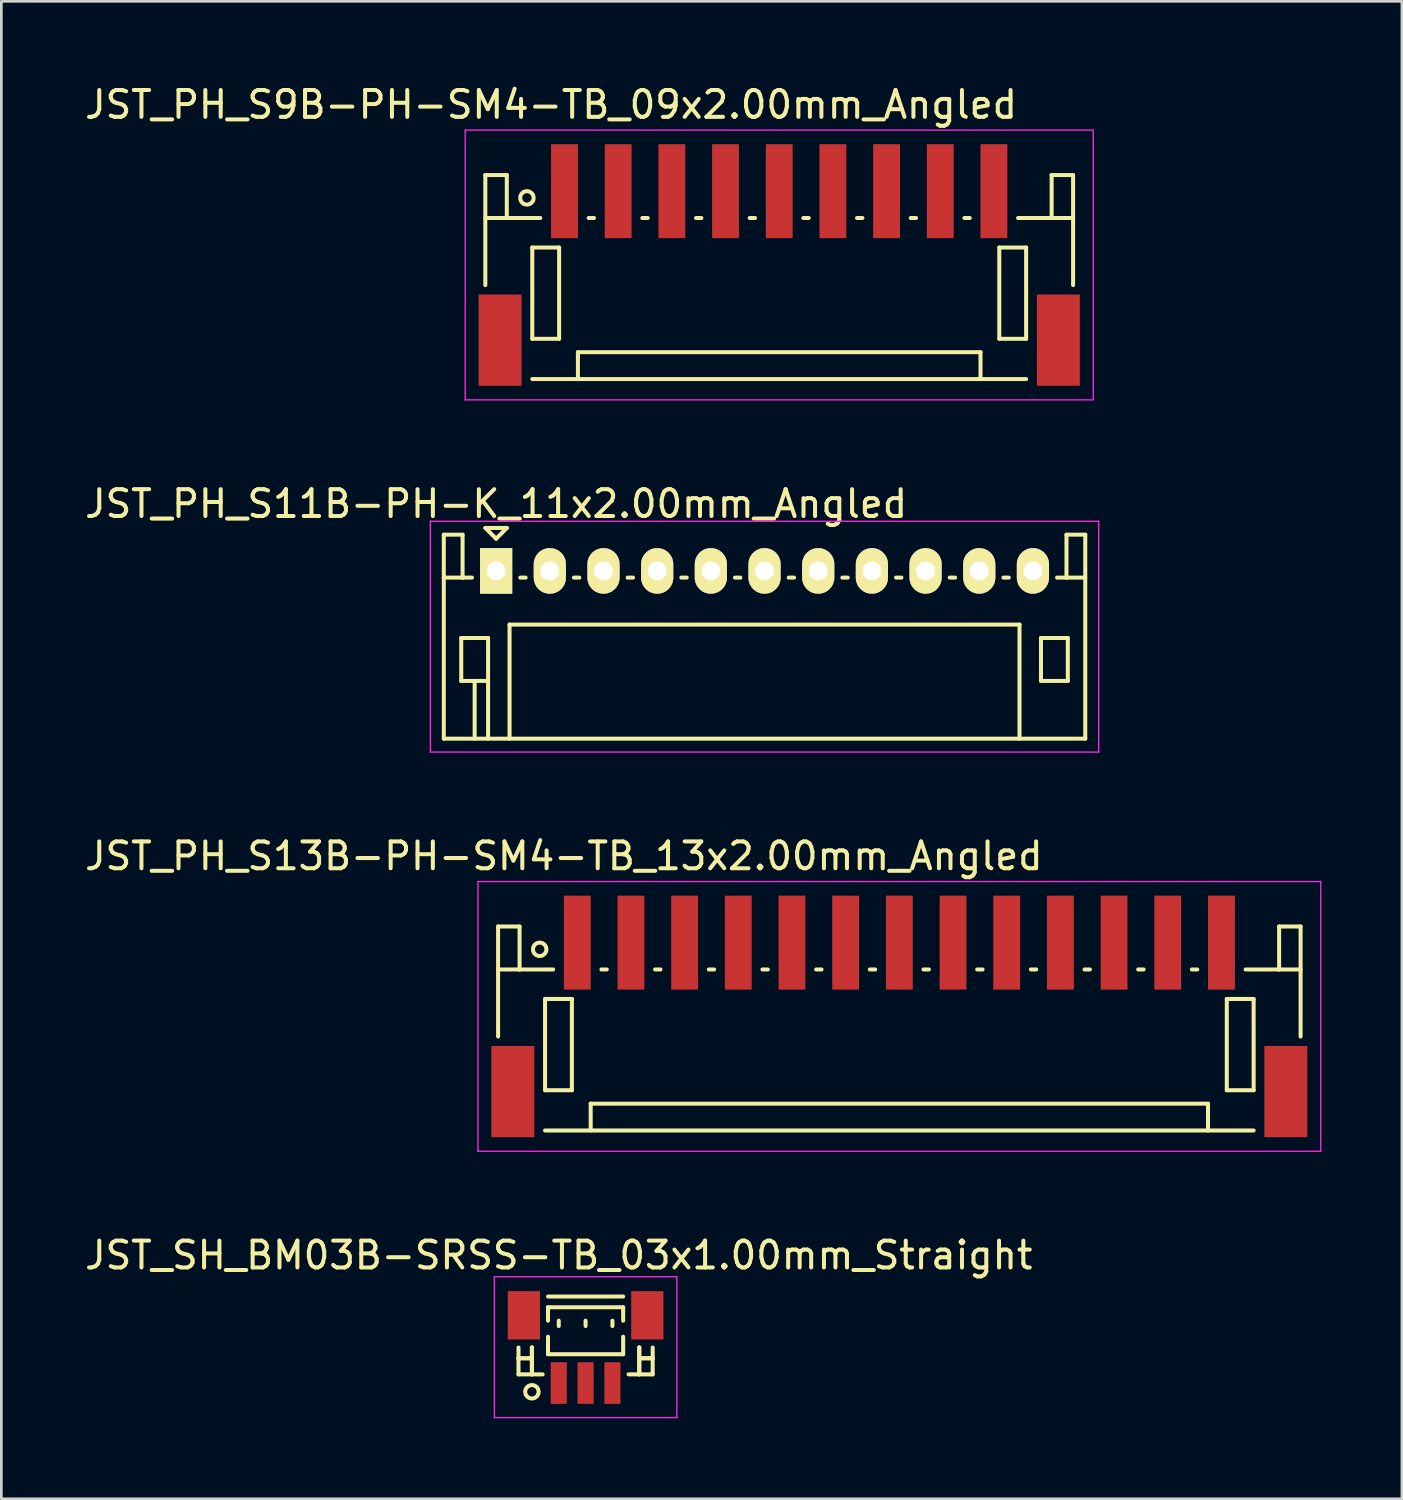
<source format=kicad_pcb>
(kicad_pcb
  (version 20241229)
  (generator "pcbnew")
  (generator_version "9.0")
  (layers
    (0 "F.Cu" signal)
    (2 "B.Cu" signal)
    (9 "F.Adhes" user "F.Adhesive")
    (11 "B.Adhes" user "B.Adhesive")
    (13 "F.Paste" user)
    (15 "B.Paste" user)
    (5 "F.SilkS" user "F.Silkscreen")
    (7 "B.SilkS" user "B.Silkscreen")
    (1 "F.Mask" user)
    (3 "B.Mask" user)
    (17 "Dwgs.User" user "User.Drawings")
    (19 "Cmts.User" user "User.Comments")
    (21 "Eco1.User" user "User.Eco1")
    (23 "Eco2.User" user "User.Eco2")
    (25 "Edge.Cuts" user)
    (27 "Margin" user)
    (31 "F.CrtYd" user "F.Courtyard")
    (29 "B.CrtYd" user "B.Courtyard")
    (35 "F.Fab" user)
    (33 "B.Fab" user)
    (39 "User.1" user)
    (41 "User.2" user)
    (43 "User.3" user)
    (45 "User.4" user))
  (footprint "JST_PH_S11B-PH-K_11x2.00mm_Angled"
    (layer "F.Cu")
    (at 15.435 18.221)
    (property "Reference" "JST_PH_S11B-PH-K_11x2.00mm_Angled" (at 0 -2.5 0) (layer "F.SilkS") (effects (font (size 1 1) (thickness 0.15))))
    (attr through_hole)
    (fp_line (start -1.95 -1.35) (end -1.95 6.25) (stroke (width 0.15) (type solid)) (layer "F.SilkS"))
    (fp_line (start -1.95 0.25) (end -1.25 0.25) (stroke (width 0.15) (type solid)) (layer "F.SilkS"))
    (fp_line (start -1.95 6.25) (end 21.95 6.25) (stroke (width 0.15) (type solid)) (layer "F.SilkS"))
    (fp_line (start -1.3 2.5) (end -1.3 4.1) (stroke (width 0.15) (type solid)) (layer "F.SilkS"))
    (fp_line (start -1.3 4.1) (end -0.3 4.1) (stroke (width 0.15) (type solid)) (layer "F.SilkS"))
    (fp_line (start -1.25 -1.35) (end -1.95 -1.35) (stroke (width 0.15) (type solid)) (layer "F.SilkS"))
    (fp_line (start -1.25 0.25) (end -1.25 -1.35) (stroke (width 0.15) (type solid)) (layer "F.SilkS"))
    (fp_line (start -0.9 0.25) (end -1.25 0.25) (stroke (width 0.15) (type solid)) (layer "F.SilkS"))
    (fp_line (start -0.8 4.1) (end -0.8 6.25) (stroke (width 0.15) (type solid)) (layer "F.SilkS"))
    (fp_line (start -0.4 -1.6) (end 0.4 -1.6) (stroke (width 0.15) (type solid)) (layer "F.SilkS"))
    (fp_line (start -0.3 2.5) (end -1.3 2.5) (stroke (width 0.15) (type solid)) (layer "F.SilkS"))
    (fp_line (start -0.3 4.1) (end -0.3 2.5) (stroke (width 0.15) (type solid)) (layer "F.SilkS"))
    (fp_line (start -0.3 4.1) (end -0.3 6.25) (stroke (width 0.15) (type solid)) (layer "F.SilkS"))
    (fp_line (start 0 -1.2) (end -0.4 -1.6) (stroke (width 0.15) (type solid)) (layer "F.SilkS"))
    (fp_line (start 0.4 -1.6) (end 0 -1.2) (stroke (width 0.15) (type solid)) (layer "F.SilkS"))
    (fp_line (start 0.5 2) (end 19.5 2) (stroke (width 0.15) (type solid)) (layer "F.SilkS"))
    (fp_line (start 0.5 6.25) (end 0.5 2) (stroke (width 0.15) (type solid)) (layer "F.SilkS"))
    (fp_line (start 0.9 0.25) (end 1.1 0.25) (stroke (width 0.15) (type solid)) (layer "F.SilkS"))
    (fp_line (start 2.9 0.25) (end 3.1 0.25) (stroke (width 0.15) (type solid)) (layer "F.SilkS"))
    (fp_line (start 4.9 0.25) (end 5.1 0.25) (stroke (width 0.15) (type solid)) (layer "F.SilkS"))
    (fp_line (start 6.9 0.25) (end 7.1 0.25) (stroke (width 0.15) (type solid)) (layer "F.SilkS"))
    (fp_line (start 8.9 0.25) (end 9.1 0.25) (stroke (width 0.15) (type solid)) (layer "F.SilkS"))
    (fp_line (start 10.9 0.25) (end 11.1 0.25) (stroke (width 0.15) (type solid)) (layer "F.SilkS"))
    (fp_line (start 12.9 0.25) (end 13.1 0.25) (stroke (width 0.15) (type solid)) (layer "F.SilkS"))
    (fp_line (start 14.9 0.25) (end 15.1 0.25) (stroke (width 0.15) (type solid)) (layer "F.SilkS"))
    (fp_line (start 16.9 0.25) (end 17.1 0.25) (stroke (width 0.15) (type solid)) (layer "F.SilkS"))
    (fp_line (start 18.9 0.25) (end 19.1 0.25) (stroke (width 0.15) (type solid)) (layer "F.SilkS"))
    (fp_line (start 19.5 2) (end 19.5 6.25) (stroke (width 0.15) (type solid)) (layer "F.SilkS"))
    (fp_line (start 20.3 2.5) (end 21.3 2.5) (stroke (width 0.15) (type solid)) (layer "F.SilkS"))
    (fp_line (start 20.3 4.1) (end 20.3 2.5) (stroke (width 0.15) (type solid)) (layer "F.SilkS"))
    (fp_line (start 21.25 -1.35) (end 21.25 0.25) (stroke (width 0.15) (type solid)) (layer "F.SilkS"))
    (fp_line (start 21.25 0.25) (end 20.9 0.25) (stroke (width 0.15) (type solid)) (layer "F.SilkS"))
    (fp_line (start 21.3 2.5) (end 21.3 4.1) (stroke (width 0.15) (type solid)) (layer "F.SilkS"))
    (fp_line (start 21.3 4.1) (end 20.3 4.1) (stroke (width 0.15) (type solid)) (layer "F.SilkS"))
    (fp_line (start 21.95 -1.35) (end 21.25 -1.35) (stroke (width 0.15) (type solid)) (layer "F.SilkS"))
    (fp_line (start 21.95 0.25) (end 21.25 0.25) (stroke (width 0.15) (type solid)) (layer "F.SilkS"))
    (fp_line (start 21.95 6.25) (end 21.95 -1.35) (stroke (width 0.15) (type solid)) (layer "F.SilkS"))
    (fp_line (start -2.45 -1.85) (end 22.45 -1.85) (stroke (width 0.05) (type solid)) (layer "F.CrtYd"))
    (fp_line (start -2.45 6.75) (end -2.45 -1.85) (stroke (width 0.05) (type solid)) (layer "F.CrtYd"))
    (fp_line (start 22.45 -1.85) (end 22.45 6.75) (stroke (width 0.05) (type solid)) (layer "F.CrtYd"))
    (fp_line (start 22.45 6.75) (end -2.45 6.75) (stroke (width 0.05) (type solid)) (layer "F.CrtYd"))
    (pad "1" thru_hole rect (at 0 0) (size 1.2 1.7) (drill 0.7) (layers "*.Cu" "*.Mask" "F.SilkS"))
    (pad "2" thru_hole oval (at 2 0) (size 1.2 1.7) (drill 0.7) (layers "*.Cu" "*.Mask" "F.SilkS"))
    (pad "3" thru_hole oval (at 4 0) (size 1.2 1.7) (drill 0.7) (layers "*.Cu" "*.Mask" "F.SilkS"))
    (pad "4" thru_hole oval (at 6 0) (size 1.2 1.7) (drill 0.7) (layers "*.Cu" "*.Mask" "F.SilkS"))
    (pad "5" thru_hole oval (at 8 0) (size 1.2 1.7) (drill 0.7) (layers "*.Cu" "*.Mask" "F.SilkS"))
    (pad "6" thru_hole oval (at 10 0) (size 1.2 1.7) (drill 0.7) (layers "*.Cu" "*.Mask" "F.SilkS"))
    (pad "7" thru_hole oval (at 12 0) (size 1.2 1.7) (drill 0.7) (layers "*.Cu" "*.Mask" "F.SilkS"))
    (pad "8" thru_hole oval (at 14 0) (size 1.2 1.7) (drill 0.7) (layers "*.Cu" "*.Mask" "F.SilkS"))
    (pad "9" thru_hole oval (at 16 0) (size 1.2 1.7) (drill 0.7) (layers "*.Cu" "*.Mask" "F.SilkS"))
    (pad "10" thru_hole oval (at 18 0) (size 1.2 1.7) (drill 0.7) (layers "*.Cu" "*.Mask" "F.SilkS"))
    (pad "11" thru_hole oval (at 20 0) (size 1.2 1.7) (drill 0.7) (layers "*.Cu" "*.Mask" "F.SilkS")))
  (footprint "JST_SH_BM03B-SRSS-TB_03x1.00mm_Straight"
    (layer "F.Cu")
    (at 18.768 47.218)
    (property "Reference" "JST_SH_BM03B-SRSS-TB_03x1.00mm_Straight" (at -1 -3.5 0) (layer "F.SilkS") (effects (font (size 1 1) (thickness 0.15))))
    (attr smd)
    (fp_line (start -2.5 -0.062) (end -2.5 0.938) (stroke (width 0.15) (type solid)) (layer "F.SilkS"))
    (fp_line (start -2.5 0.338) (end -2.5 0.338) (stroke (width 0.15) (type solid)) (layer "F.SilkS"))
    (fp_line (start -2.5 0.338) (end -2 0.338) (stroke (width 0.15) (type solid)) (layer "F.SilkS"))
    (fp_line (start -2.5 0.938) (end -1.6 0.938) (stroke (width 0.15) (type solid)) (layer "F.SilkS"))
    (fp_line (start -2 -0.062) (end -2 -0.062) (stroke (width 0.15) (type solid)) (layer "F.SilkS"))
    (fp_line (start -2 -0.062) (end -2 0.938) (stroke (width 0.15) (type solid)) (layer "F.SilkS"))
    (fp_line (start -2 0.338) (end -2.5 0.338) (stroke (width 0.15) (type solid)) (layer "F.SilkS"))
    (fp_line (start -2 0.338) (end -2 0.338) (stroke (width 0.15) (type solid)) (layer "F.SilkS"))
    (fp_line (start -2 0.938) (end -2 -0.062) (stroke (width 0.15) (type solid)) (layer "F.SilkS"))
    (fp_line (start -2 0.938) (end -2 0.938) (stroke (width 0.15) (type solid)) (layer "F.SilkS"))
    (fp_line (start -1.4 -1.962) (end 1.4 -1.962) (stroke (width 0.15) (type solid)) (layer "F.SilkS"))
    (fp_line (start -1.4 -1.562) (end 1.4 -1.562) (stroke (width 0.15) (type solid)) (layer "F.SilkS"))
    (fp_line (start -1.4 -1.062) (end -1.4 -1.562) (stroke (width 0.15) (type solid)) (layer "F.SilkS"))
    (fp_line (start -1.4 -0.463) (end -1.4 0.188) (stroke (width 0.15) (type solid)) (layer "F.SilkS"))
    (fp_line (start -1.4 0.188) (end 1.4 0.188) (stroke (width 0.15) (type solid)) (layer "F.SilkS"))
    (fp_line (start -1 -1.062) (end -1 -0.863) (stroke (width 0.15) (type solid)) (layer "F.SilkS"))
    (fp_line (start 0 -1.062) (end 0 -0.863) (stroke (width 0.15) (type solid)) (layer "F.SilkS"))
    (fp_line (start 1 -1.062) (end 1 -0.863) (stroke (width 0.15) (type solid)) (layer "F.SilkS"))
    (fp_line (start 1.4 -1.562) (end 1.4 -1.062) (stroke (width 0.15) (type solid)) (layer "F.SilkS"))
    (fp_line (start 1.4 0.188) (end 1.4 -0.463) (stroke (width 0.15) (type solid)) (layer "F.SilkS"))
    (fp_line (start 2 -0.062) (end 2 -0.062) (stroke (width 0.15) (type solid)) (layer "F.SilkS"))
    (fp_line (start 2 -0.062) (end 2 0.938) (stroke (width 0.15) (type solid)) (layer "F.SilkS"))
    (fp_line (start 2 0.338) (end 2 0.338) (stroke (width 0.15) (type solid)) (layer "F.SilkS"))
    (fp_line (start 2 0.338) (end 2.5 0.338) (stroke (width 0.15) (type solid)) (layer "F.SilkS"))
    (fp_line (start 2 0.938) (end 2 -0.062) (stroke (width 0.15) (type solid)) (layer "F.SilkS"))
    (fp_line (start 2 0.938) (end 2 0.938) (stroke (width 0.15) (type solid)) (layer "F.SilkS"))
    (fp_line (start 2.5 -0.062) (end 2.5 0.938) (stroke (width 0.15) (type solid)) (layer "F.SilkS"))
    (fp_line (start 2.5 0.338) (end 2 0.338) (stroke (width 0.15) (type solid)) (layer "F.SilkS"))
    (fp_line (start 2.5 0.338) (end 2.5 0.338) (stroke (width 0.15) (type solid)) (layer "F.SilkS"))
    (fp_line (start 2.5 0.938) (end 1.6 0.938) (stroke (width 0.15) (type solid)) (layer "F.SilkS"))
    (fp_circle (center -2 1.587) (end -1.75 1.587) (stroke (width 0.15) (type solid)) (fill no) (layer "F.SilkS"))
    (fp_line (start -3.4 -2.7) (end 3.4 -2.7) (stroke (width 0.05) (type solid)) (layer "F.CrtYd"))
    (fp_line (start -3.4 2.55) (end -3.4 -2.7) (stroke (width 0.05) (type solid)) (layer "F.CrtYd"))
    (fp_line (start 3.4 -2.7) (end 3.4 2.55) (stroke (width 0.05) (type solid)) (layer "F.CrtYd"))
    (fp_line (start 3.4 2.55) (end -3.4 2.55) (stroke (width 0.05) (type solid)) (layer "F.CrtYd"))
    (pad "" smd rect (at -2.3 -1.262) (size 1.2 1.8) (layers "F.Cu" "F.Mask" "F.Paste"))
    (pad "" smd rect (at 2.3 -1.262) (size 1.2 1.8) (layers "F.Cu" "F.Mask" "F.Paste"))
    (pad "1" smd rect (at -1 1.262) (size 0.6 1.55) (layers "F.Cu" "F.Mask" "F.Paste"))
    (pad "2" smd rect (at 0 1.262) (size 0.6 1.55) (layers "F.Cu" "F.Mask" "F.Paste"))
    (pad "3" smd rect (at 1 1.262) (size 0.6 1.55) (layers "F.Cu" "F.Mask" "F.Paste")))
  (footprint "JST_PH_S13B-PH-SM4-TB_13x2.00mm_Angled"
    (layer "F.Cu")
    (at 30.458 34.845)
    (property "Reference" "JST_PH_S13B-PH-SM4-TB_13x2.00mm_Angled" (at -12.5 -6 0) (layer "F.SilkS") (effects (font (size 1 1) (thickness 0.15))))
    (attr smd)
    (fp_line (start -14.95 -3.375) (end -14.95 0.725) (stroke (width 0.15) (type solid)) (layer "F.SilkS"))
    (fp_line (start -14.15 -3.375) (end -14.95 -3.375) (stroke (width 0.15) (type solid)) (layer "F.SilkS"))
    (fp_line (start -14.15 -1.775) (end -14.95 -1.775) (stroke (width 0.15) (type solid)) (layer "F.SilkS"))
    (fp_line (start -14.15 -1.775) (end -14.15 -3.375) (stroke (width 0.15) (type solid)) (layer "F.SilkS"))
    (fp_line (start -13.2 -0.675) (end -13.2 2.725) (stroke (width 0.15) (type solid)) (layer "F.SilkS"))
    (fp_line (start -13.2 2.725) (end -12.2 2.725) (stroke (width 0.15) (type solid)) (layer "F.SilkS"))
    (fp_line (start -13.2 4.225) (end 13.2 4.225) (stroke (width 0.15) (type solid)) (layer "F.SilkS"))
    (fp_line (start -12.9 -1.775) (end -14.15 -1.775) (stroke (width 0.15) (type solid)) (layer "F.SilkS"))
    (fp_line (start -12.2 -0.675) (end -13.2 -0.675) (stroke (width 0.15) (type solid)) (layer "F.SilkS"))
    (fp_line (start -12.2 2.725) (end -12.2 -0.675) (stroke (width 0.15) (type solid)) (layer "F.SilkS"))
    (fp_line (start -11.5 3.225) (end 11.5 3.225) (stroke (width 0.15) (type solid)) (layer "F.SilkS"))
    (fp_line (start -11.5 4.225) (end -11.5 3.225) (stroke (width 0.15) (type solid)) (layer "F.SilkS"))
    (fp_line (start -11.1 -1.775) (end -10.9 -1.775) (stroke (width 0.15) (type solid)) (layer "F.SilkS"))
    (fp_line (start -9.1 -1.775) (end -8.9 -1.775) (stroke (width 0.15) (type solid)) (layer "F.SilkS"))
    (fp_line (start -7.1 -1.775) (end -6.9 -1.775) (stroke (width 0.15) (type solid)) (layer "F.SilkS"))
    (fp_line (start -5.1 -1.775) (end -4.9 -1.775) (stroke (width 0.15) (type solid)) (layer "F.SilkS"))
    (fp_line (start -3.1 -1.775) (end -2.9 -1.775) (stroke (width 0.15) (type solid)) (layer "F.SilkS"))
    (fp_line (start -1.1 -1.775) (end -0.9 -1.775) (stroke (width 0.15) (type solid)) (layer "F.SilkS"))
    (fp_line (start 0.9 -1.775) (end 1.1 -1.775) (stroke (width 0.15) (type solid)) (layer "F.SilkS"))
    (fp_line (start 2.9 -1.775) (end 3.1 -1.775) (stroke (width 0.15) (type solid)) (layer "F.SilkS"))
    (fp_line (start 4.9 -1.775) (end 5.1 -1.775) (stroke (width 0.15) (type solid)) (layer "F.SilkS"))
    (fp_line (start 6.9 -1.775) (end 7.1 -1.775) (stroke (width 0.15) (type solid)) (layer "F.SilkS"))
    (fp_line (start 8.9 -1.775) (end 9.1 -1.775) (stroke (width 0.15) (type solid)) (layer "F.SilkS"))
    (fp_line (start 10.9 -1.775) (end 11.1 -1.775) (stroke (width 0.15) (type solid)) (layer "F.SilkS"))
    (fp_line (start 11.5 3.225) (end 11.5 4.225) (stroke (width 0.15) (type solid)) (layer "F.SilkS"))
    (fp_line (start 12.2 -0.675) (end 13.2 -0.675) (stroke (width 0.15) (type solid)) (layer "F.SilkS"))
    (fp_line (start 12.2 2.725) (end 12.2 -0.675) (stroke (width 0.15) (type solid)) (layer "F.SilkS"))
    (fp_line (start 12.9 -1.775) (end 14.15 -1.775) (stroke (width 0.15) (type solid)) (layer "F.SilkS"))
    (fp_line (start 13.2 -0.675) (end 13.2 2.725) (stroke (width 0.15) (type solid)) (layer "F.SilkS"))
    (fp_line (start 13.2 2.725) (end 12.2 2.725) (stroke (width 0.15) (type solid)) (layer "F.SilkS"))
    (fp_line (start 14.15 -3.375) (end 14.95 -3.375) (stroke (width 0.15) (type solid)) (layer "F.SilkS"))
    (fp_line (start 14.15 -1.775) (end 14.15 -3.375) (stroke (width 0.15) (type solid)) (layer "F.SilkS"))
    (fp_line (start 14.15 -1.775) (end 14.95 -1.775) (stroke (width 0.15) (type solid)) (layer "F.SilkS"))
    (fp_line (start 14.95 -3.375) (end 14.95 0.725) (stroke (width 0.15) (type solid)) (layer "F.SilkS"))
    (fp_circle (center -13.4 -2.525) (end -13.15 -2.525) (stroke (width 0.15) (type solid)) (fill no) (layer "F.SilkS"))
    (fp_line (start -15.7 -5.05) (end 15.7 -5.05) (stroke (width 0.05) (type solid)) (layer "F.CrtYd"))
    (fp_line (start -15.7 5) (end -15.7 -5.05) (stroke (width 0.05) (type solid)) (layer "F.CrtYd"))
    (fp_line (start 15.7 -5.05) (end 15.7 5) (stroke (width 0.05) (type solid)) (layer "F.CrtYd"))
    (fp_line (start 15.7 5) (end -15.7 5) (stroke (width 0.05) (type solid)) (layer "F.CrtYd"))
    (pad "" smd rect (at -14.4 2.775) (size 1.6 3.4) (layers "F.Cu" "F.Mask" "F.Paste"))
    (pad "" smd rect (at 14.4 2.775) (size 1.6 3.4) (layers "F.Cu" "F.Mask" "F.Paste"))
    (pad "1" smd rect (at -12 -2.775) (size 1 3.5) (layers "F.Cu" "F.Mask" "F.Paste"))
    (pad "2" smd rect (at -10 -2.775) (size 1 3.5) (layers "F.Cu" "F.Mask" "F.Paste"))
    (pad "3" smd rect (at -8 -2.775) (size 1 3.5) (layers "F.Cu" "F.Mask" "F.Paste"))
    (pad "4" smd rect (at -6 -2.775) (size 1 3.5) (layers "F.Cu" "F.Mask" "F.Paste"))
    (pad "5" smd rect (at -4 -2.775) (size 1 3.5) (layers "F.Cu" "F.Mask" "F.Paste"))
    (pad "6" smd rect (at -2 -2.775) (size 1 3.5) (layers "F.Cu" "F.Mask" "F.Paste"))
    (pad "7" smd rect (at 0 -2.775) (size 1 3.5) (layers "F.Cu" "F.Mask" "F.Paste"))
    (pad "8" smd rect (at 2 -2.775) (size 1 3.5) (layers "F.Cu" "F.Mask" "F.Paste"))
    (pad "9" smd rect (at 4 -2.775) (size 1 3.5) (layers "F.Cu" "F.Mask" "F.Paste"))
    (pad "10" smd rect (at 6 -2.775) (size 1 3.5) (layers "F.Cu" "F.Mask" "F.Paste"))
    (pad "11" smd rect (at 8 -2.775) (size 1 3.5) (layers "F.Cu" "F.Mask" "F.Paste"))
    (pad "12" smd rect (at 10 -2.775) (size 1 3.5) (layers "F.Cu" "F.Mask" "F.Paste"))
    (pad "13" smd rect (at 12 -2.775) (size 1 3.5) (layers "F.Cu" "F.Mask" "F.Paste")))
  (footprint "JST_PH_S9B-PH-SM4-TB_09x2.00mm_Angled"
    (layer "F.Cu")
    (at 25.982 6.848)
    (property "Reference" "JST_PH_S9B-PH-SM4-TB_09x2.00mm_Angled" (at -8.5 -6 0) (layer "F.SilkS") (effects (font (size 1 1) (thickness 0.15))))
    (attr smd)
    (fp_line (start -10.95 -3.375) (end -10.95 0.725) (stroke (width 0.15) (type solid)) (layer "F.SilkS"))
    (fp_line (start -10.15 -3.375) (end -10.95 -3.375) (stroke (width 0.15) (type solid)) (layer "F.SilkS"))
    (fp_line (start -10.15 -1.775) (end -10.95 -1.775) (stroke (width 0.15) (type solid)) (layer "F.SilkS"))
    (fp_line (start -10.15 -1.775) (end -10.15 -3.375) (stroke (width 0.15) (type solid)) (layer "F.SilkS"))
    (fp_line (start -9.2 -0.675) (end -9.2 2.725) (stroke (width 0.15) (type solid)) (layer "F.SilkS"))
    (fp_line (start -9.2 2.725) (end -8.2 2.725) (stroke (width 0.15) (type solid)) (layer "F.SilkS"))
    (fp_line (start -9.2 4.225) (end 9.2 4.225) (stroke (width 0.15) (type solid)) (layer "F.SilkS"))
    (fp_line (start -8.9 -1.775) (end -10.15 -1.775) (stroke (width 0.15) (type solid)) (layer "F.SilkS"))
    (fp_line (start -8.2 -0.675) (end -9.2 -0.675) (stroke (width 0.15) (type solid)) (layer "F.SilkS"))
    (fp_line (start -8.2 2.725) (end -8.2 -0.675) (stroke (width 0.15) (type solid)) (layer "F.SilkS"))
    (fp_line (start -7.5 3.225) (end 7.5 3.225) (stroke (width 0.15) (type solid)) (layer "F.SilkS"))
    (fp_line (start -7.5 4.225) (end -7.5 3.225) (stroke (width 0.15) (type solid)) (layer "F.SilkS"))
    (fp_line (start -7.1 -1.775) (end -6.9 -1.775) (stroke (width 0.15) (type solid)) (layer "F.SilkS"))
    (fp_line (start -5.1 -1.775) (end -4.9 -1.775) (stroke (width 0.15) (type solid)) (layer "F.SilkS"))
    (fp_line (start -3.1 -1.775) (end -2.9 -1.775) (stroke (width 0.15) (type solid)) (layer "F.SilkS"))
    (fp_line (start -1.1 -1.775) (end -0.9 -1.775) (stroke (width 0.15) (type solid)) (layer "F.SilkS"))
    (fp_line (start 0.9 -1.775) (end 1.1 -1.775) (stroke (width 0.15) (type solid)) (layer "F.SilkS"))
    (fp_line (start 2.9 -1.775) (end 3.1 -1.775) (stroke (width 0.15) (type solid)) (layer "F.SilkS"))
    (fp_line (start 4.9 -1.775) (end 5.1 -1.775) (stroke (width 0.15) (type solid)) (layer "F.SilkS"))
    (fp_line (start 6.9 -1.775) (end 7.1 -1.775) (stroke (width 0.15) (type solid)) (layer "F.SilkS"))
    (fp_line (start 7.5 3.225) (end 7.5 4.225) (stroke (width 0.15) (type solid)) (layer "F.SilkS"))
    (fp_line (start 8.2 -0.675) (end 9.2 -0.675) (stroke (width 0.15) (type solid)) (layer "F.SilkS"))
    (fp_line (start 8.2 2.725) (end 8.2 -0.675) (stroke (width 0.15) (type solid)) (layer "F.SilkS"))
    (fp_line (start 8.9 -1.775) (end 10.15 -1.775) (stroke (width 0.15) (type solid)) (layer "F.SilkS"))
    (fp_line (start 9.2 -0.675) (end 9.2 2.725) (stroke (width 0.15) (type solid)) (layer "F.SilkS"))
    (fp_line (start 9.2 2.725) (end 8.2 2.725) (stroke (width 0.15) (type solid)) (layer "F.SilkS"))
    (fp_line (start 10.15 -3.375) (end 10.95 -3.375) (stroke (width 0.15) (type solid)) (layer "F.SilkS"))
    (fp_line (start 10.15 -1.775) (end 10.15 -3.375) (stroke (width 0.15) (type solid)) (layer "F.SilkS"))
    (fp_line (start 10.15 -1.775) (end 10.95 -1.775) (stroke (width 0.15) (type solid)) (layer "F.SilkS"))
    (fp_line (start 10.95 -3.375) (end 10.95 0.725) (stroke (width 0.15) (type solid)) (layer "F.SilkS"))
    (fp_circle (center -9.4 -2.525) (end -9.15 -2.525) (stroke (width 0.15) (type solid)) (fill no) (layer "F.SilkS"))
    (fp_line (start -11.7 -5.05) (end 11.7 -5.05) (stroke (width 0.05) (type solid)) (layer "F.CrtYd"))
    (fp_line (start -11.7 5) (end -11.7 -5.05) (stroke (width 0.05) (type solid)) (layer "F.CrtYd"))
    (fp_line (start 11.7 -5.05) (end 11.7 5) (stroke (width 0.05) (type solid)) (layer "F.CrtYd"))
    (fp_line (start 11.7 5) (end -11.7 5) (stroke (width 0.05) (type solid)) (layer "F.CrtYd"))
    (pad "" smd rect (at -10.4 2.775) (size 1.6 3.4) (layers "F.Cu" "F.Mask" "F.Paste"))
    (pad "" smd rect (at 10.4 2.775) (size 1.6 3.4) (layers "F.Cu" "F.Mask" "F.Paste"))
    (pad "1" smd rect (at -8 -2.775) (size 1 3.5) (layers "F.Cu" "F.Mask" "F.Paste"))
    (pad "2" smd rect (at -6 -2.775) (size 1 3.5) (layers "F.Cu" "F.Mask" "F.Paste"))
    (pad "3" smd rect (at -4 -2.775) (size 1 3.5) (layers "F.Cu" "F.Mask" "F.Paste"))
    (pad "4" smd rect (at -2 -2.775) (size 1 3.5) (layers "F.Cu" "F.Mask" "F.Paste"))
    (pad "5" smd rect (at 0 -2.775) (size 1 3.5) (layers "F.Cu" "F.Mask" "F.Paste"))
    (pad "6" smd rect (at 2 -2.775) (size 1 3.5) (layers "F.Cu" "F.Mask" "F.Paste"))
    (pad "7" smd rect (at 4 -2.775) (size 1 3.5) (layers "F.Cu" "F.Mask" "F.Paste"))
    (pad "8" smd rect (at 6 -2.775) (size 1 3.5) (layers "F.Cu" "F.Mask" "F.Paste"))
    (pad "9" smd rect (at 8 -2.775) (size 1 3.5) (layers "F.Cu" "F.Mask" "F.Paste")))
  (gr_rect
    (start -3 -3)
    (end 49.183 52.793)
    (stroke (width 0.1) (type default))
    (fill no)
    (layer "Edge.Cuts")))
</source>
